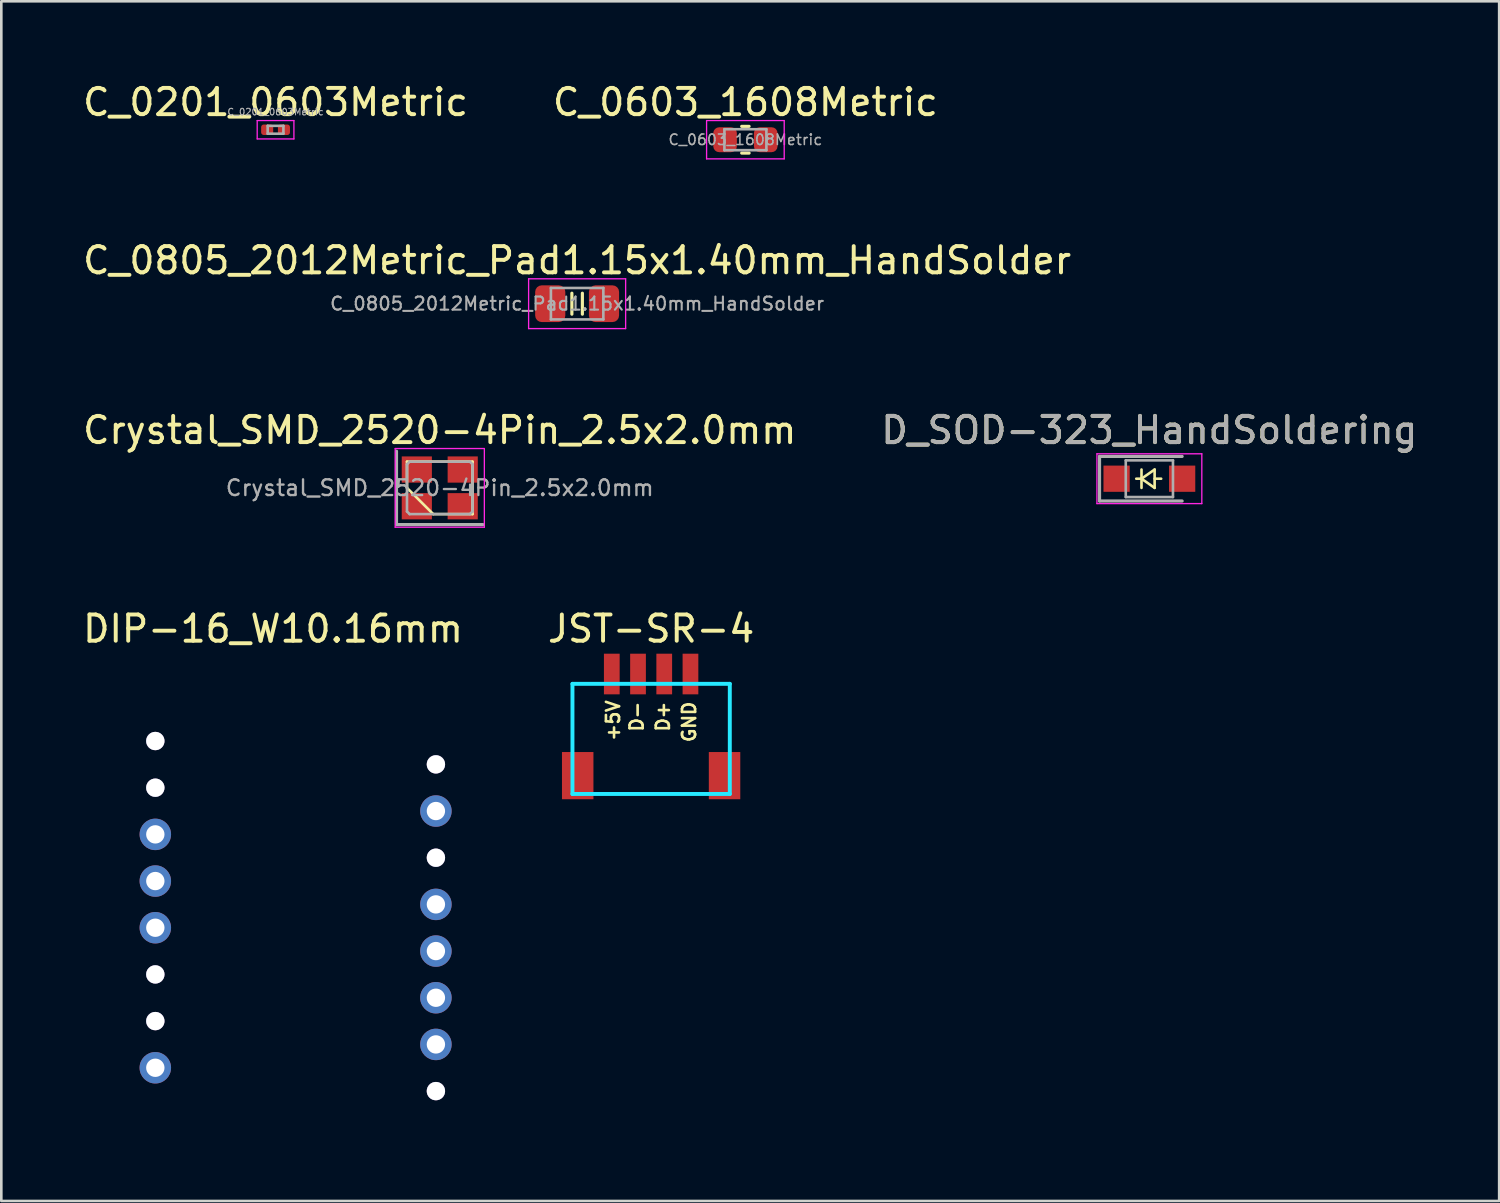
<source format=kicad_pcb>
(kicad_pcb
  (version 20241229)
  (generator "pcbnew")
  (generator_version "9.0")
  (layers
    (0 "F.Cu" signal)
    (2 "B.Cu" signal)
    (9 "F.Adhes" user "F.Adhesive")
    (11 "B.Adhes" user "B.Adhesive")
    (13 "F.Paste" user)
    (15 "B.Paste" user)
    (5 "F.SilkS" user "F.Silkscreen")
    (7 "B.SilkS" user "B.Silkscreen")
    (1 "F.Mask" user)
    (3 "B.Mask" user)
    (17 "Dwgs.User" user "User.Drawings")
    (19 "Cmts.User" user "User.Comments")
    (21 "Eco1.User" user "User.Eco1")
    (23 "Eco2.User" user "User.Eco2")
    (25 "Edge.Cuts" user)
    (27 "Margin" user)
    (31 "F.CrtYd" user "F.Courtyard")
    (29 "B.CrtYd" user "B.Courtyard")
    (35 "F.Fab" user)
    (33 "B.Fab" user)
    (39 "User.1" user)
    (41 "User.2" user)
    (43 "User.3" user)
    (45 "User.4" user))
  (footprint "Crystal_SMD_2520-4Pin_2.5x2.0mm"
    (layer "F.Cu")
    (at 13.72 15.555)
    (property "Reference" "Crystal_SMD_2520-4Pin_2.5x2.0mm" (at 0 -2.2 0) (layer "F.SilkS") (effects (font (size 1 1) (thickness 0.15))))
    (attr smd)
    (fp_line (start -1.25 -1) (end 1.25 -1) (stroke (width 0.1) (type solid)) (layer "F.SilkS"))
    (fp_line (start -1.25 0) (end -1.25 -1) (stroke (width 0.1) (type solid)) (layer "F.SilkS"))
    (fp_line (start -1.25 0) (end -0.25 1) (stroke (width 0.1) (type solid)) (layer "F.SilkS"))
    (fp_line (start 1.25 -1) (end 1.25 1) (stroke (width 0.1) (type solid)) (layer "F.SilkS"))
    (fp_line (start 1.25 1) (end -0.25 1) (stroke (width 0.1) (type solid)) (layer "F.SilkS"))
    (fp_line (start -1.7 -1.5) (end -1.7 1.5) (stroke (width 0.05) (type solid)) (layer "F.CrtYd"))
    (fp_line (start -1.7 1.5) (end 1.7 1.5) (stroke (width 0.05) (type solid)) (layer "F.CrtYd"))
    (fp_line (start 1.7 -1.5) (end -1.7 -1.5) (stroke (width 0.05) (type solid)) (layer "F.CrtYd"))
    (fp_line (start 1.7 1.5) (end 1.7 -1.5) (stroke (width 0.05) (type solid)) (layer "F.CrtYd"))
    (fp_line (start -1.65 -1.4) (end -1.65 1.4) (stroke (width 0.12) (type solid)) (layer "F.Fab"))
    (fp_line (start -1.65 1.4) (end 1.65 1.4) (stroke (width 0.12) (type solid)) (layer "F.Fab"))
    (fp_line (start -1.25 -0.9) (end -1.15 -1) (stroke (width 0.1) (type solid)) (layer "F.Fab"))
    (fp_line (start -1.25 0.9) (end -1.25 -0.9) (stroke (width 0.1) (type solid)) (layer "F.Fab"))
    (fp_line (start -1.15 -1) (end 1.15 -1) (stroke (width 0.1) (type solid)) (layer "F.Fab"))
    (fp_line (start -1.15 1) (end -1.25 0.9) (stroke (width 0.1) (type solid)) (layer "F.Fab"))
    (fp_line (start 1.15 -1) (end 1.25 -0.9) (stroke (width 0.1) (type solid)) (layer "F.Fab"))
    (fp_line (start 1.15 1) (end -1.15 1) (stroke (width 0.1) (type solid)) (layer "F.Fab"))
    (fp_line (start 1.25 -0.9) (end 1.25 0.9) (stroke (width 0.1) (type solid)) (layer "F.Fab"))
    (fp_line (start 1.25 0.9) (end 1.15 1) (stroke (width 0.1) (type solid)) (layer "F.Fab"))
    (fp_text user "${REFERENCE}" (at 0 0 0) (layer "F.Fab") (effects (font (size 0.6 0.6) (thickness 0.09))))
    (pad "1" smd rect (at -0.875 0.7) (size 1.15 1) (layers "F.Cu" "F.Mask" "F.Paste"))
    (pad "2" smd rect (at 0.875 0.7) (size 1.15 1) (layers "F.Cu" "F.Mask" "F.Paste"))
    (pad "3" smd rect (at 0.875 -0.7) (size 1.15 1) (layers "F.Cu" "F.Mask" "F.Paste"))
    (pad "4" smd rect (at -0.875 -0.7) (size 1.15 1) (layers "F.Cu" "F.Mask" "F.Paste")))
  (footprint "C_0805_2012Metric_Pad1.15x1.40mm_HandSolder"
    (layer "F.Cu")
    (at 18.958 8.531)
    (property "Reference" "C_0805_2012Metric_Pad1.15x1.40mm_HandSolder" (at 0 -1.65 0) (layer "F.SilkS") (effects (font (size 1 1) (thickness 0.15))))
    (attr smd)
    (fp_line (start -0.2 0.4) (end -0.2 -0.4) (stroke (width 0.12) (type solid)) (layer "F.SilkS"))
    (fp_line (start 0.2 -0.4) (end 0.2 0.4) (stroke (width 0.12) (type solid)) (layer "F.SilkS"))
    (fp_line (start -1.85 -0.95) (end 1.85 -0.95) (stroke (width 0.05) (type solid)) (layer "F.CrtYd"))
    (fp_line (start -1.85 0.95) (end -1.85 -0.95) (stroke (width 0.05) (type solid)) (layer "F.CrtYd"))
    (fp_line (start 1.85 -0.95) (end 1.85 0.95) (stroke (width 0.05) (type solid)) (layer "F.CrtYd"))
    (fp_line (start 1.85 0.95) (end -1.85 0.95) (stroke (width 0.05) (type solid)) (layer "F.CrtYd"))
    (fp_line (start -1 -0.6) (end 1 -0.6) (stroke (width 0.1) (type solid)) (layer "F.Fab"))
    (fp_line (start -1 0.6) (end -1 -0.6) (stroke (width 0.1) (type solid)) (layer "F.Fab"))
    (fp_line (start 1 -0.6) (end 1 0.6) (stroke (width 0.1) (type solid)) (layer "F.Fab"))
    (fp_line (start 1 0.6) (end -1 0.6) (stroke (width 0.1) (type solid)) (layer "F.Fab"))
    (fp_text user "${REFERENCE}" (at 0 0 0) (layer "F.Fab") (effects (font (size 0.5 0.5) (thickness 0.08))))
    (pad "1" smd roundrect (at -1.025 0) (size 1.15 1.4) (layers "F.Cu" "F.Mask" "F.Paste") (roundrect_rratio 0.217))
    (pad "2" smd roundrect (at 1.025 0) (size 1.15 1.4) (layers "F.Cu" "F.Mask" "F.Paste") (roundrect_rratio 0.217)))
  (footprint "C_0603_1608Metric"
    (layer "F.Cu")
    (at 25.375 2.278)
    (property "Reference" "C_0603_1608Metric" (at 0 -1.43 0) (layer "F.SilkS") (effects (font (size 1 1) (thickness 0.15))))
    (attr smd)
    (fp_line (start -0.141 -0.51) (end 0.141 -0.51) (stroke (width 0.12) (type solid)) (layer "F.SilkS"))
    (fp_line (start -0.141 0.51) (end 0.141 0.51) (stroke (width 0.12) (type solid)) (layer "F.SilkS"))
    (fp_line (start -1.48 -0.73) (end 1.48 -0.73) (stroke (width 0.05) (type solid)) (layer "F.CrtYd"))
    (fp_line (start -1.48 0.73) (end -1.48 -0.73) (stroke (width 0.05) (type solid)) (layer "F.CrtYd"))
    (fp_line (start 1.48 -0.73) (end 1.48 0.73) (stroke (width 0.05) (type solid)) (layer "F.CrtYd"))
    (fp_line (start 1.48 0.73) (end -1.48 0.73) (stroke (width 0.05) (type solid)) (layer "F.CrtYd"))
    (fp_line (start -0.8 -0.4) (end 0.8 -0.4) (stroke (width 0.1) (type solid)) (layer "F.Fab"))
    (fp_line (start -0.8 0.4) (end -0.8 -0.4) (stroke (width 0.1) (type solid)) (layer "F.Fab"))
    (fp_line (start 0.8 -0.4) (end 0.8 0.4) (stroke (width 0.1) (type solid)) (layer "F.Fab"))
    (fp_line (start 0.8 0.4) (end -0.8 0.4) (stroke (width 0.1) (type solid)) (layer "F.Fab"))
    (fp_text user "${REFERENCE}" (at 0 0 0) (layer "F.Fab") (effects (font (size 0.4 0.4) (thickness 0.06))))
    (pad "1" smd roundrect (at -0.775 0) (size 0.9 0.95) (layers "F.Cu" "F.Mask" "F.Paste") (roundrect_rratio 0.25))
    (pad "2" smd roundrect (at 0.775 0) (size 0.9 0.95) (layers "F.Cu" "F.Mask" "F.Paste") (roundrect_rratio 0.25)))
  (footprint "D_SOD-323_HandSoldering"
    (layer "F.Cu")
    (at 40.78 15.205)
    (property "Reference" "D_SOD-323_HandSoldering" (at 0 -1.85 0) (layer "F.SilkS") (effects (font (size 1 1) (thickness 0.15))))
    (attr smd)
    (fp_line (start -0.3 -0.35) (end -0.3 0.35) (stroke (width 0.1) (type solid)) (layer "F.SilkS"))
    (fp_line (start -0.3 0) (end -0.5 0) (stroke (width 0.1) (type solid)) (layer "F.SilkS"))
    (fp_line (start -0.3 0) (end 0.2 -0.35) (stroke (width 0.1) (type solid)) (layer "F.SilkS"))
    (fp_line (start 0.2 -0.35) (end 0.2 0.35) (stroke (width 0.1) (type solid)) (layer "F.SilkS"))
    (fp_line (start 0.2 0) (end 0.45 0) (stroke (width 0.1) (type solid)) (layer "F.SilkS"))
    (fp_line (start 0.2 0.35) (end -0.3 0) (stroke (width 0.1) (type solid)) (layer "F.SilkS"))
    (fp_line (start -2 -0.95) (end -2 0.95) (stroke (width 0.05) (type solid)) (layer "F.CrtYd"))
    (fp_line (start -2 -0.95) (end 2 -0.95) (stroke (width 0.05) (type solid)) (layer "F.CrtYd"))
    (fp_line (start -2 0.95) (end 2 0.95) (stroke (width 0.05) (type solid)) (layer "F.CrtYd"))
    (fp_line (start 2 -0.95) (end 2 0.95) (stroke (width 0.05) (type solid)) (layer "F.CrtYd"))
    (fp_line (start -1.9 -0.85) (end -1.9 0.85) (stroke (width 0.12) (type solid)) (layer "F.Fab"))
    (fp_line (start -1.9 -0.85) (end 1.25 -0.85) (stroke (width 0.12) (type solid)) (layer "F.Fab"))
    (fp_line (start -1.9 0.85) (end 1.25 0.85) (stroke (width 0.12) (type solid)) (layer "F.Fab"))
    (fp_line (start -0.9 -0.7) (end 0.9 -0.7) (stroke (width 0.1) (type solid)) (layer "F.Fab"))
    (fp_line (start -0.9 0.7) (end -0.9 -0.7) (stroke (width 0.1) (type solid)) (layer "F.Fab"))
    (fp_line (start 0.9 -0.7) (end 0.9 0.7) (stroke (width 0.1) (type solid)) (layer "F.Fab"))
    (fp_line (start 0.9 0.7) (end -0.9 0.7) (stroke (width 0.1) (type solid)) (layer "F.Fab"))
    (fp_text user "${REFERENCE}" (at 0 -1.85 0) (layer "F.Fab") (effects (font (size 1 1) (thickness 0.15))))
    (pad "1" smd rect (at -1.25 0) (size 1 1) (layers "F.Cu" "F.Mask" "F.Paste"))
    (pad "2" smd rect (at 1.25 0) (size 1 1) (layers "F.Cu" "F.Mask" "F.Paste")))
  (footprint "C_0201_0603Metric"
    (layer "F.Cu")
    (at 7.458 1.898)
    (property "Reference" "C_0201_0603Metric" (at 0 -1.05 0) (layer "F.SilkS") (effects (font (size 1 1) (thickness 0.15))))
    (attr smd)
    (fp_line (start -0.7 -0.35) (end 0.7 -0.35) (stroke (width 0.05) (type solid)) (layer "F.CrtYd"))
    (fp_line (start -0.7 0.35) (end -0.7 -0.35) (stroke (width 0.05) (type solid)) (layer "F.CrtYd"))
    (fp_line (start 0.7 -0.35) (end 0.7 0.35) (stroke (width 0.05) (type solid)) (layer "F.CrtYd"))
    (fp_line (start 0.7 0.35) (end -0.7 0.35) (stroke (width 0.05) (type solid)) (layer "F.CrtYd"))
    (fp_line (start -0.3 -0.15) (end 0.3 -0.15) (stroke (width 0.1) (type solid)) (layer "F.Fab"))
    (fp_line (start -0.3 0.15) (end -0.3 -0.15) (stroke (width 0.1) (type solid)) (layer "F.Fab"))
    (fp_line (start 0.3 -0.15) (end 0.3 0.15) (stroke (width 0.1) (type solid)) (layer "F.Fab"))
    (fp_line (start 0.3 0.15) (end -0.3 0.15) (stroke (width 0.1) (type solid)) (layer "F.Fab"))
    (fp_text user "${REFERENCE}" (at 0 -0.68 0) (layer "F.Fab") (effects (font (size 0.25 0.25) (thickness 0.04))))
    (pad "" smd roundrect (at -0.345 0) (size 0.318 0.36) (layers "F.Paste") (roundrect_rratio 0.25))
    (pad "" smd roundrect (at 0.345 0) (size 0.318 0.36) (layers "F.Paste") (roundrect_rratio 0.25))
    (pad "1" smd roundrect (at -0.32 0) (size 0.46 0.4) (layers "F.Cu" "F.Mask") (roundrect_rratio 0.25))
    (pad "2" smd roundrect (at 0.32 0) (size 0.46 0.4) (layers "F.Cu" "F.Mask") (roundrect_rratio 0.25)))
  (footprint "DIP-16_W10.16mm"
    (layer "F.Cu")
    (at 3.973 23.688)
    (property "Reference" "DIP-16_W10.16mm" (at 3.39 -2.76 0) (layer "F.SilkS") (effects (font (size 1 1) (thickness 0.15))))
    (attr through_hole)
    (fp_line (start 0 -0.75) (end 0 16) (stroke (width 0.12) (type solid)) (layer "Eco2.User"))
    (fp_line (start 0 -0.75) (end 8.5 -0.75) (stroke (width 0.12) (type solid)) (layer "Eco2.User"))
    (fp_line (start 0 16) (end 8.5 16) (stroke (width 0.12) (type solid)) (layer "Eco2.User"))
    (fp_line (start 8.5 -0.75) (end 8.5 16) (stroke (width 0.12) (type solid)) (layer "Eco2.User"))
    (pad "1" thru_hole circle (at -1.1 1.52) (size 0.7 0.7) (drill 0.7) (layers "*.Cu" "*.Mask"))
    (pad "2" thru_hole circle (at -1.1 3.3) (size 0.7 0.7) (drill 0.7) (layers "*.Cu" "*.Mask"))
    (pad "3" thru_hole circle (at -1.1 5.08) (size 1.2 1.2) (drill 0.7) (layers "*.Cu" "*.Mask"))
    (pad "4" thru_hole circle (at -1.1 6.86) (size 1.2 1.2) (drill 0.7) (layers "*.Cu" "*.Mask"))
    (pad "5" thru_hole circle (at -1.1 8.64) (size 1.2 1.2) (drill 0.7) (layers "*.Cu" "*.Mask"))
    (pad "6" thru_hole circle (at -1.1 10.42) (size 0.7 0.7) (drill 0.7) (layers "*.Cu" "*.Mask"))
    (pad "7" thru_hole circle (at -1.1 12.2) (size 0.7 0.7) (drill 0.7) (layers "*.Cu" "*.Mask"))
    (pad "8" thru_hole circle (at -1.1 13.98) (size 1.2 1.2) (drill 0.7) (layers "*.Cu" "*.Mask"))
    (pad "9" thru_hole circle (at 9.6 14.87) (size 0.7 0.7) (drill 0.7) (layers "*.Cu" "*.Mask"))
    (pad "10" thru_hole circle (at 9.6 13.09) (size 1.2 1.2) (drill 0.7) (layers "*.Cu" "*.Mask"))
    (pad "11" thru_hole circle (at 9.6 11.31) (size 1.2 1.2) (drill 0.7) (layers "*.Cu" "*.Mask"))
    (pad "12" thru_hole circle (at 9.6 9.53) (size 1.2 1.2) (drill 0.7) (layers "*.Cu" "*.Mask"))
    (pad "13" thru_hole circle (at 9.6 7.75) (size 1.2 1.2) (drill 0.7) (layers "*.Cu" "*.Mask"))
    (pad "14" thru_hole circle (at 9.6 5.97) (size 0.7 0.7) (drill 0.7) (layers "*.Cu" "*.Mask"))
    (pad "15" thru_hole circle (at 9.6 4.19) (size 1.2 1.2) (drill 0.7) (layers "*.Cu" "*.Mask"))
    (pad "16" thru_hole circle (at 9.6 2.41) (size 0.7 0.7) (drill 0.7) (layers "*.Cu" "*.Mask")))
  (footprint "JST-SR-4"
    (layer "F.Cu")
    (at 21.78 27.428)
    (property "Reference" "JST-SR-4" (at 0 -6.5 0) (layer "F.SilkS") (effects (font (size 1 1) (thickness 0.15))))
    (attr through_hole)
    (fp_line (start -3 -4.4) (end 3 -4.4) (stroke (width 0.15) (type solid)) (layer "B.CrtYd"))
    (fp_line (start -3 -0.2) (end -3 -4.4) (stroke (width 0.15) (type solid)) (layer "B.CrtYd"))
    (fp_line (start 3 -4.4) (end 3 -0.2) (stroke (width 0.15) (type solid)) (layer "B.CrtYd"))
    (fp_line (start 3 -0.2) (end -3 -0.2) (stroke (width 0.15) (type solid)) (layer "B.CrtYd"))
    (fp_text user "D+" (at 0.45 -3.15 270) (layer "F.SilkS") (effects (font (size 0.5 0.5) (thickness 0.1))))
    (fp_text user "+5V" (at -1.45 -3 270) (layer "F.SilkS") (effects (font (size 0.5 0.5) (thickness 0.1))))
    (fp_text user "GND" (at 1.45 -2.95 270) (layer "F.SilkS") (effects (font (size 0.5 0.5) (thickness 0.1))))
    (fp_text user "D-" (at -0.55 -3.15 270) (layer "F.SilkS") (effects (font (size 0.5 0.5) (thickness 0.1))))
    (pad "" smd rect (at -2.8 -0.9) (size 1.2 1.8) (layers "F.Cu" "F.Mask" "F.Paste"))
    (pad "" smd rect (at 2.8 -0.9) (size 1.2 1.8) (layers "F.Cu" "F.Mask" "F.Paste"))
    (pad "1" smd rect (at -1.5 -4.775) (size 0.6 1.55) (layers "F.Cu" "F.Mask" "F.Paste"))
    (pad "2" smd rect (at -0.5 -4.775) (size 0.6 1.55) (layers "F.Cu" "F.Mask" "F.Paste"))
    (pad "3" smd rect (at 0.5 -4.775) (size 0.6 1.55) (layers "F.Cu" "F.Mask" "F.Paste"))
    (pad "4" smd rect (at 1.5 -4.775) (size 0.6 1.55) (layers "F.Cu" "F.Mask" "F.Paste")))
  (gr_rect
    (start -3 -3)
    (end 54.119 42.748)
    (stroke (width 0.1) (type default))
    (fill no)
    (layer "Edge.Cuts")))
</source>
